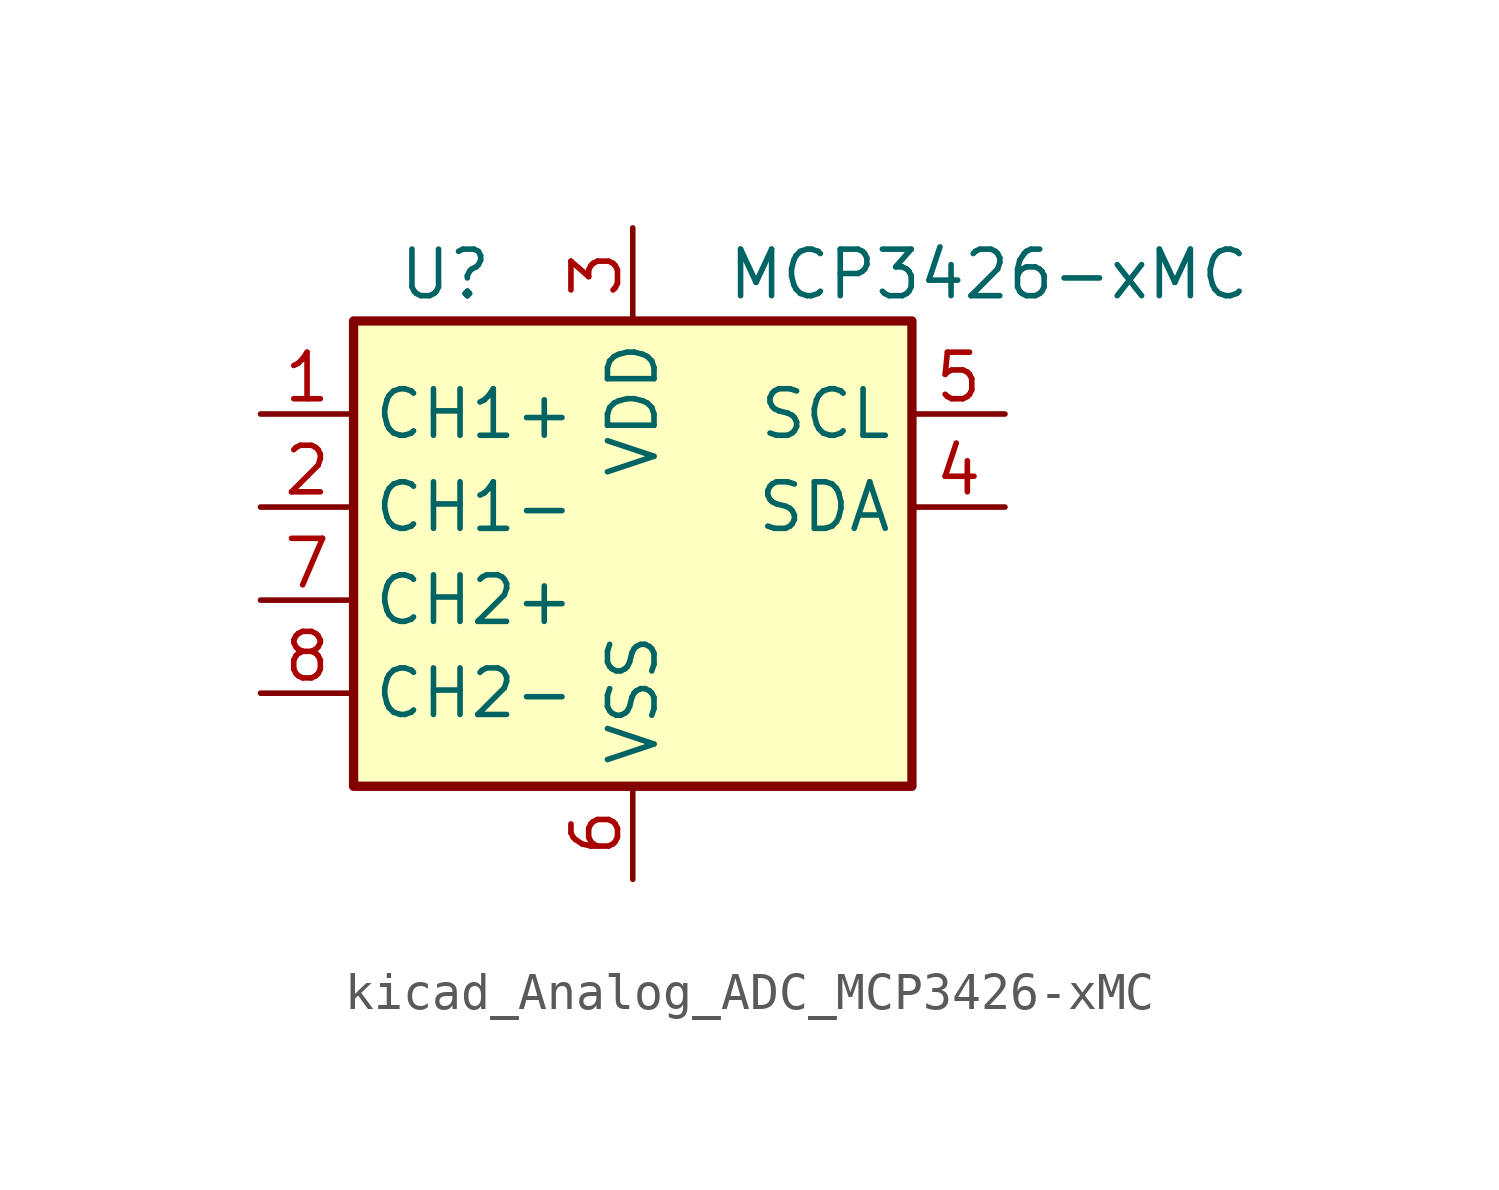
<source format=kicad_sym>
(kicad_symbol_lib
  (version 20220914)
  (generator kicad_symbol_editor)
  (symbol "kicad_Analog_ADC_MCP3426-xMC"
    (property "Reference" "U"
      (at -3.81 8.89 0)
      (effects (font (size 1.27 1.27)) (justify right)))
    (property "Value" "MCP3426-xMC"
      (at 2.54 8.89 0)
      (effects (font (size 1.27 1.27)) (justify left)))
    (symbol "kicad_Analog_ADC_MCP3426-xMC_0_1"
      (rectangle (start -7.62 7.62) (end 7.62 -5.08) (stroke (width 0.254) (type default)) (fill (type background))))
    (symbol "kicad_Analog_ADC_MCP3426-xMC_1_1"
      (pin input line (at -10.16 5.08 0) (length 2.54) (name "CH1+" (effects (font (size 1.27 1.27)))) (number "1" (effects (font (size 1.27 1.27)))))
      (pin input line (at -10.16 2.54 0) (length 2.54) (name "CH1-" (effects (font (size 1.27 1.27)))) (number "2" (effects (font (size 1.27 1.27)))))
      (pin power_in line (at 0 10.16 270) (length 2.54) (name "VDD" (effects (font (size 1.27 1.27)))) (number "3" (effects (font (size 1.27 1.27)))))
      (pin bidirectional line (at 10.16 2.54 180) (length 2.54) (name "SDA" (effects (font (size 1.27 1.27)))) (number "4" (effects (font (size 1.27 1.27)))))
      (pin input line (at 10.16 5.08 180) (length 2.54) (name "SCL" (effects (font (size 1.27 1.27)))) (number "5" (effects (font (size 1.27 1.27)))))
      (pin power_in line (at 0 -7.62 90) (length 2.54) (name "VSS" (effects (font (size 1.27 1.27)))) (number "6" (effects (font (size 1.27 1.27)))))
      (pin input line (at -10.16 0 0) (length 2.54) (name "CH2+" (effects (font (size 1.27 1.27)))) (number "7" (effects (font (size 1.27 1.27)))))
      (pin input line (at -10.16 -2.54 0) (length 2.54) (name "CH2-" (effects (font (size 1.27 1.27)))) (number "8" (effects (font (size 1.27 1.27)))))
      (pin passive line (at 0 -7.62 90) (length 2.54) hide (name "VSS" (effects (font (size 1.27 1.27)))) (number "9" (effects (font (size 1.27 1.27))))))))
</source>
